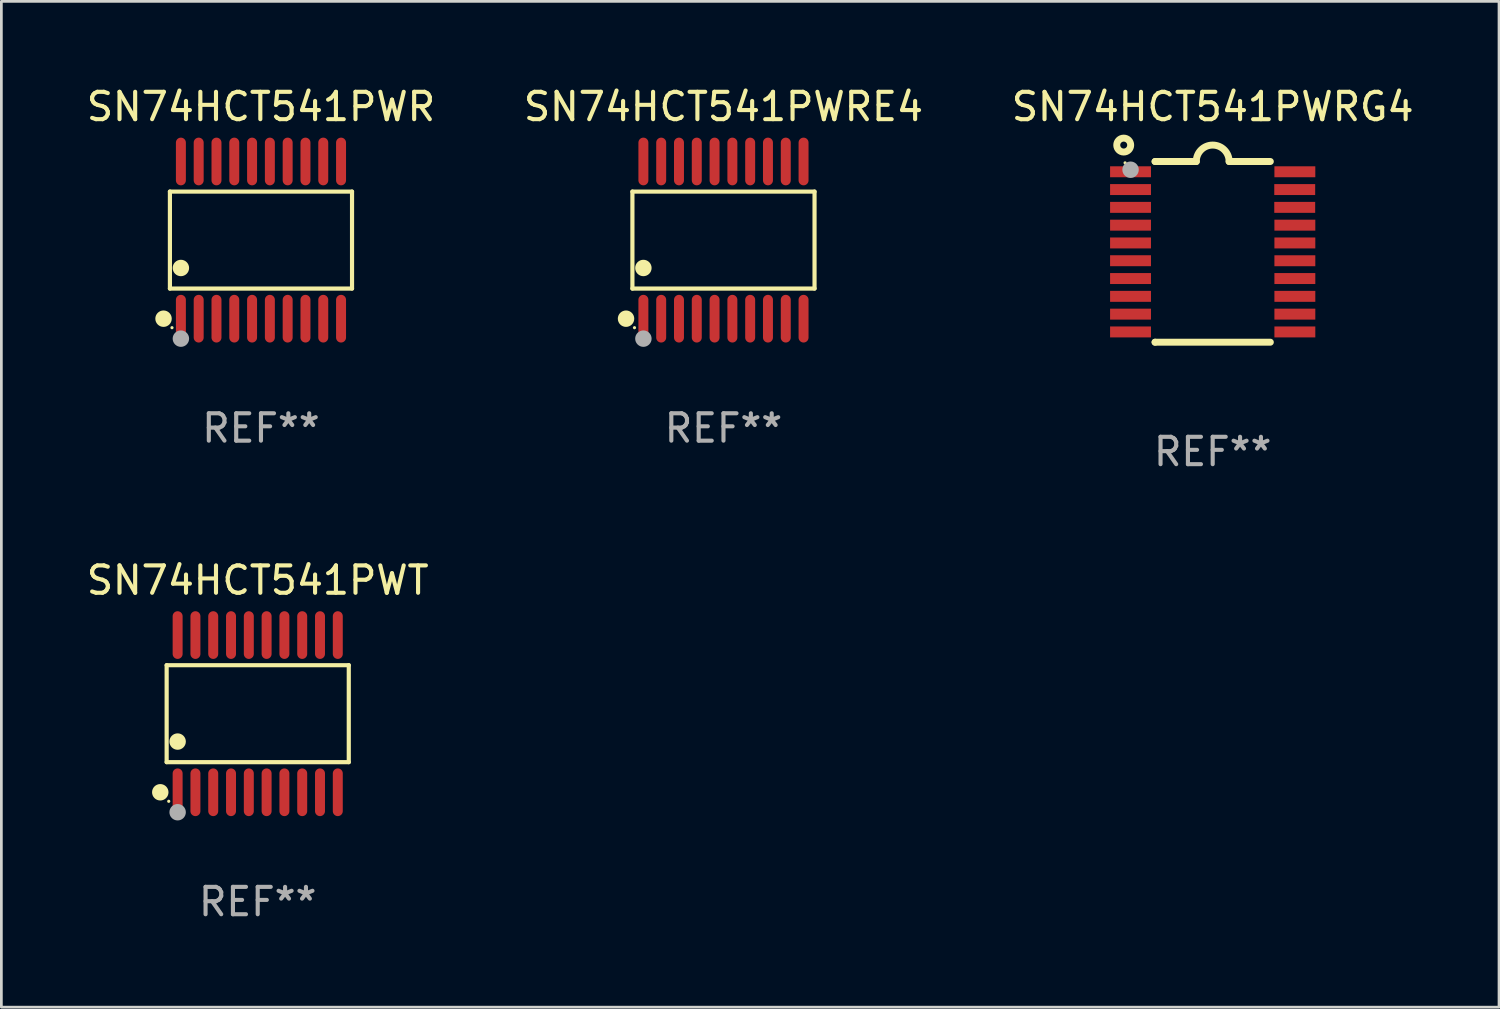
<source format=kicad_pcb>
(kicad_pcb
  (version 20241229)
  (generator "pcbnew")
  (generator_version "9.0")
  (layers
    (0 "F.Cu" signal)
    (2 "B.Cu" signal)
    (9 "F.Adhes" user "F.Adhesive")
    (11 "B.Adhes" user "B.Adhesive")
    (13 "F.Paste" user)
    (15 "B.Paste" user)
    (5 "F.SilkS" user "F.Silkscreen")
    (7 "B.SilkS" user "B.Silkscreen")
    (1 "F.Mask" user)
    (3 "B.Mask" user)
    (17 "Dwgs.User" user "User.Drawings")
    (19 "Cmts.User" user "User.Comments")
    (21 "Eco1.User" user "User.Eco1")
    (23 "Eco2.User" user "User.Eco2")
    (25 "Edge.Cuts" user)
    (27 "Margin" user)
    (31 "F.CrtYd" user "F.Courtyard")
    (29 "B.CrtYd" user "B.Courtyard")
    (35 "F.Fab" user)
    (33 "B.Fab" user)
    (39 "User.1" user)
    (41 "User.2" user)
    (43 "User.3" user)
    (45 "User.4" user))
  (footprint "SN74HCT541PWRG4"
    (layer "F.Cu")
    (at 41.244 6.149)
    (property "Reference" "SN74HCT541PWRG4" (at 0 -5.3 0) (layer "F.SilkS") (effects (font (size 1 1) (thickness 0.15))))
    (attr through_hole)
    (fp_line (start -2.105 -3.3) (end -2.105 -3.3) (stroke (width 0.254) (type solid)) (layer "F.SilkS"))
    (fp_line (start -2.105 -3.3) (end -0.6 -3.3) (stroke (width 0.254) (type solid)) (layer "F.SilkS"))
    (fp_line (start -2.105 3.3) (end -2.105 3.3) (stroke (width 0.254) (type solid)) (layer "F.SilkS"))
    (fp_line (start 0.6 -3.3) (end 2.105 -3.3) (stroke (width 0.254) (type solid)) (layer "F.SilkS"))
    (fp_line (start 2.105 3.3) (end -2.105 3.3) (stroke (width 0.254) (type solid)) (layer "F.SilkS"))
    (fp_arc (start -0.599924 -3.300026) (mid 0.000114 -3.897415) (end 0.600152 -3.300025) (stroke (width 0.254001) (type solid)) (layer "F.SilkS"))
    (fp_circle (center -3.25 -3.9) (end -2.996 -3.9) (stroke (width 0.254) (type solid)) (fill no) (layer "F.SilkS"))
    (fp_circle (center -3.2 -3.25) (end -3.17 -3.25) (stroke (width 0.06) (type solid)) (fill no) (layer "F.SilkS"))
    (fp_circle (center -3 -3) (end -2.85 -3) (stroke (width 0.3) (type solid)) (fill no) (layer "F.Fab"))
    (fp_text user "REF**" (at 0 7.3 0) (layer "F.Fab") (effects (font (size 1 1) (thickness 0.15))))
    (pad "1" smd rect (at -3.001 -2.925 270) (size 0.4 1.494) (layers "F.Cu" "F.Mask" "F.Paste"))
    (pad "2" smd rect (at -3.001 -2.275 270) (size 0.4 1.494) (layers "F.Cu" "F.Mask" "F.Paste"))
    (pad "3" smd rect (at -3.001 -1.625 270) (size 0.4 1.494) (layers "F.Cu" "F.Mask" "F.Paste"))
    (pad "4" smd rect (at -3.001 -0.975 270) (size 0.4 1.494) (layers "F.Cu" "F.Mask" "F.Paste"))
    (pad "5" smd rect (at -3.001 -0.325 270) (size 0.4 1.494) (layers "F.Cu" "F.Mask" "F.Paste"))
    (pad "6" smd rect (at -3.001 0.324 270) (size 0.4 1.494) (layers "F.Cu" "F.Mask" "F.Paste"))
    (pad "7" smd rect (at -3.001 0.975 270) (size 0.4 1.494) (layers "F.Cu" "F.Mask" "F.Paste"))
    (pad "8" smd rect (at -3.001 1.625 270) (size 0.4 1.494) (layers "F.Cu" "F.Mask" "F.Paste"))
    (pad "9" smd rect (at -3.001 2.275 270) (size 0.4 1.494) (layers "F.Cu" "F.Mask" "F.Paste"))
    (pad "10" smd rect (at -3.001 2.925 270) (size 0.4 1.494) (layers "F.Cu" "F.Mask" "F.Paste"))
    (pad "11" smd rect (at 3.001 2.925 270) (size 0.4 1.494) (layers "F.Cu" "F.Mask" "F.Paste"))
    (pad "12" smd rect (at 3.001 2.275 270) (size 0.4 1.494) (layers "F.Cu" "F.Mask" "F.Paste"))
    (pad "13" smd rect (at 3.001 1.625 270) (size 0.4 1.494) (layers "F.Cu" "F.Mask" "F.Paste"))
    (pad "14" smd rect (at 3.001 0.975 270) (size 0.4 1.494) (layers "F.Cu" "F.Mask" "F.Paste"))
    (pad "15" smd rect (at 3.001 0.325 270) (size 0.4 1.494) (layers "F.Cu" "F.Mask" "F.Paste"))
    (pad "16" smd rect (at 3.001 -0.325 270) (size 0.4 1.494) (layers "F.Cu" "F.Mask" "F.Paste"))
    (pad "17" smd rect (at 3.001 -0.975 270) (size 0.4 1.494) (layers "F.Cu" "F.Mask" "F.Paste"))
    (pad "18" smd rect (at 2.996 -1.625 270) (size 0.4 1.494) (layers "F.Cu" "F.Mask" "F.Paste"))
    (pad "19" smd rect (at 2.996 -2.275 270) (size 0.4 1.494) (layers "F.Cu" "F.Mask" "F.Paste"))
    (pad "20" smd rect (at 3.001 -2.925 270) (size 0.4 1.494) (layers "F.Cu" "F.Mask" "F.Paste")))
  (footprint "SN74HCT541PWRE4"
    (layer "F.Cu")
    (at 23.375 5.719)
    (property "Reference" "SN74HCT541PWRE4" (at 0 -4.871 0) (layer "F.SilkS") (effects (font (size 1 1) (thickness 0.15))))
    (attr through_hole)
    (fp_line (start -3.326 -1.771) (end 3.326 -1.771) (stroke (width 0.152) (type solid)) (layer "F.SilkS"))
    (fp_line (start -3.326 1.771) (end -3.326 -1.771) (stroke (width 0.152) (type solid)) (layer "F.SilkS"))
    (fp_line (start 3.326 -1.771) (end 3.326 1.771) (stroke (width 0.152) (type solid)) (layer "F.SilkS"))
    (fp_line (start 3.326 1.771) (end -3.326 1.771) (stroke (width 0.152) (type solid)) (layer "F.SilkS"))
    (fp_circle (center -3.559 2.871) (end -3.409 2.871) (stroke (width 0.3) (type solid)) (fill no) (layer "F.SilkS"))
    (fp_circle (center -3.25 3.2) (end -3.22 3.2) (stroke (width 0.06) (type solid)) (fill no) (layer "F.SilkS"))
    (fp_circle (center -2.925 1.019) (end -2.775 1.019) (stroke (width 0.3) (type solid)) (fill no) (layer "F.SilkS"))
    (fp_circle (center -2.925 3.6) (end -2.775 3.6) (stroke (width 0.3) (type solid)) (fill no) (layer "F.Fab"))
    (fp_text user "REF**" (at 0 6.871 0) (layer "F.Fab") (effects (font (size 1 1) (thickness 0.15))))
    (pad "1" smd oval (at -2.925 2.871) (size 0.364 1.742) (layers "F.Cu" "F.Mask" "F.Paste"))
    (pad "2" smd oval (at -2.275 2.871) (size 0.364 1.742) (layers "F.Cu" "F.Mask" "F.Paste"))
    (pad "3" smd oval (at -1.625 2.871) (size 0.364 1.742) (layers "F.Cu" "F.Mask" "F.Paste"))
    (pad "4" smd oval (at -0.975 2.871) (size 0.364 1.742) (layers "F.Cu" "F.Mask" "F.Paste"))
    (pad "5" smd oval (at -0.325 2.871) (size 0.364 1.742) (layers "F.Cu" "F.Mask" "F.Paste"))
    (pad "6" smd oval (at 0.325 2.871) (size 0.364 1.742) (layers "F.Cu" "F.Mask" "F.Paste"))
    (pad "7" smd oval (at 0.975 2.871) (size 0.364 1.742) (layers "F.Cu" "F.Mask" "F.Paste"))
    (pad "8" smd oval (at 1.625 2.871) (size 0.364 1.742) (layers "F.Cu" "F.Mask" "F.Paste"))
    (pad "9" smd oval (at 2.275 2.871) (size 0.364 1.742) (layers "F.Cu" "F.Mask" "F.Paste"))
    (pad "10" smd oval (at 2.925 2.871) (size 0.364 1.742) (layers "F.Cu" "F.Mask" "F.Paste"))
    (pad "11" smd oval (at 2.925 -2.871) (size 0.364 1.742) (layers "F.Cu" "F.Mask" "F.Paste"))
    (pad "12" smd oval (at 2.275 -2.871) (size 0.364 1.742) (layers "F.Cu" "F.Mask" "F.Paste"))
    (pad "13" smd oval (at 1.625 -2.871) (size 0.364 1.742) (layers "F.Cu" "F.Mask" "F.Paste"))
    (pad "14" smd oval (at 0.975 -2.871) (size 0.364 1.742) (layers "F.Cu" "F.Mask" "F.Paste"))
    (pad "15" smd oval (at 0.325 -2.871) (size 0.364 1.742) (layers "F.Cu" "F.Mask" "F.Paste"))
    (pad "16" smd oval (at -0.325 -2.871) (size 0.364 1.742) (layers "F.Cu" "F.Mask" "F.Paste"))
    (pad "17" smd oval (at -0.975 -2.871) (size 0.364 1.742) (layers "F.Cu" "F.Mask" "F.Paste"))
    (pad "18" smd oval (at -1.625 -2.871) (size 0.364 1.742) (layers "F.Cu" "F.Mask" "F.Paste"))
    (pad "19" smd oval (at -2.275 -2.871) (size 0.364 1.742) (layers "F.Cu" "F.Mask" "F.Paste"))
    (pad "20" smd oval (at -2.925 -2.871) (size 0.364 1.742) (layers "F.Cu" "F.Mask" "F.Paste")))
  (footprint "SN74HCT541PWT"
    (layer "F.Cu")
    (at 6.363 23.017)
    (property "Reference" "SN74HCT541PWT" (at 0 -4.871 0) (layer "F.SilkS") (effects (font (size 1 1) (thickness 0.15))))
    (attr through_hole)
    (fp_line (start -3.326 -1.771) (end 3.326 -1.771) (stroke (width 0.152) (type solid)) (layer "F.SilkS"))
    (fp_line (start -3.326 1.771) (end -3.326 -1.771) (stroke (width 0.152) (type solid)) (layer "F.SilkS"))
    (fp_line (start 3.326 -1.771) (end 3.326 1.771) (stroke (width 0.152) (type solid)) (layer "F.SilkS"))
    (fp_line (start 3.326 1.771) (end -3.326 1.771) (stroke (width 0.152) (type solid)) (layer "F.SilkS"))
    (fp_circle (center -3.559 2.871) (end -3.409 2.871) (stroke (width 0.3) (type solid)) (fill no) (layer "F.SilkS"))
    (fp_circle (center -3.25 3.2) (end -3.22 3.2) (stroke (width 0.06) (type solid)) (fill no) (layer "F.SilkS"))
    (fp_circle (center -2.925 1.019) (end -2.775 1.019) (stroke (width 0.3) (type solid)) (fill no) (layer "F.SilkS"))
    (fp_circle (center -2.925 3.6) (end -2.775 3.6) (stroke (width 0.3) (type solid)) (fill no) (layer "F.Fab"))
    (fp_text user "REF**" (at 0 6.871 0) (layer "F.Fab") (effects (font (size 1 1) (thickness 0.15))))
    (pad "1" smd oval (at -2.925 2.871) (size 0.364 1.742) (layers "F.Cu" "F.Mask" "F.Paste"))
    (pad "2" smd oval (at -2.275 2.871) (size 0.364 1.742) (layers "F.Cu" "F.Mask" "F.Paste"))
    (pad "3" smd oval (at -1.625 2.871) (size 0.364 1.742) (layers "F.Cu" "F.Mask" "F.Paste"))
    (pad "4" smd oval (at -0.975 2.871) (size 0.364 1.742) (layers "F.Cu" "F.Mask" "F.Paste"))
    (pad "5" smd oval (at -0.325 2.871) (size 0.364 1.742) (layers "F.Cu" "F.Mask" "F.Paste"))
    (pad "6" smd oval (at 0.325 2.871) (size 0.364 1.742) (layers "F.Cu" "F.Mask" "F.Paste"))
    (pad "7" smd oval (at 0.975 2.871) (size 0.364 1.742) (layers "F.Cu" "F.Mask" "F.Paste"))
    (pad "8" smd oval (at 1.625 2.871) (size 0.364 1.742) (layers "F.Cu" "F.Mask" "F.Paste"))
    (pad "9" smd oval (at 2.275 2.871) (size 0.364 1.742) (layers "F.Cu" "F.Mask" "F.Paste"))
    (pad "10" smd oval (at 2.925 2.871) (size 0.364 1.742) (layers "F.Cu" "F.Mask" "F.Paste"))
    (pad "11" smd oval (at 2.925 -2.871) (size 0.364 1.742) (layers "F.Cu" "F.Mask" "F.Paste"))
    (pad "12" smd oval (at 2.275 -2.871) (size 0.364 1.742) (layers "F.Cu" "F.Mask" "F.Paste"))
    (pad "13" smd oval (at 1.625 -2.871) (size 0.364 1.742) (layers "F.Cu" "F.Mask" "F.Paste"))
    (pad "14" smd oval (at 0.975 -2.871) (size 0.364 1.742) (layers "F.Cu" "F.Mask" "F.Paste"))
    (pad "15" smd oval (at 0.325 -2.871) (size 0.364 1.742) (layers "F.Cu" "F.Mask" "F.Paste"))
    (pad "16" smd oval (at -0.325 -2.871) (size 0.364 1.742) (layers "F.Cu" "F.Mask" "F.Paste"))
    (pad "17" smd oval (at -0.975 -2.871) (size 0.364 1.742) (layers "F.Cu" "F.Mask" "F.Paste"))
    (pad "18" smd oval (at -1.625 -2.871) (size 0.364 1.742) (layers "F.Cu" "F.Mask" "F.Paste"))
    (pad "19" smd oval (at -2.275 -2.871) (size 0.364 1.742) (layers "F.Cu" "F.Mask" "F.Paste"))
    (pad "20" smd oval (at -2.925 -2.871) (size 0.364 1.742) (layers "F.Cu" "F.Mask" "F.Paste")))
  (footprint "SN74HCT541PWR"
    (layer "F.Cu")
    (at 6.482 5.719)
    (property "Reference" "SN74HCT541PWR" (at 0 -4.871 0) (layer "F.SilkS") (effects (font (size 1 1) (thickness 0.15))))
    (attr through_hole)
    (fp_line (start -3.326 -1.771) (end 3.326 -1.771) (stroke (width 0.152) (type solid)) (layer "F.SilkS"))
    (fp_line (start -3.326 1.771) (end -3.326 -1.771) (stroke (width 0.152) (type solid)) (layer "F.SilkS"))
    (fp_line (start 3.326 -1.771) (end 3.326 1.771) (stroke (width 0.152) (type solid)) (layer "F.SilkS"))
    (fp_line (start 3.326 1.771) (end -3.326 1.771) (stroke (width 0.152) (type solid)) (layer "F.SilkS"))
    (fp_circle (center -3.559 2.871) (end -3.409 2.871) (stroke (width 0.3) (type solid)) (fill no) (layer "F.SilkS"))
    (fp_circle (center -3.25 3.2) (end -3.22 3.2) (stroke (width 0.06) (type solid)) (fill no) (layer "F.SilkS"))
    (fp_circle (center -2.925 1.019) (end -2.775 1.019) (stroke (width 0.3) (type solid)) (fill no) (layer "F.SilkS"))
    (fp_circle (center -2.925 3.6) (end -2.775 3.6) (stroke (width 0.3) (type solid)) (fill no) (layer "F.Fab"))
    (fp_text user "REF**" (at 0 6.871 0) (layer "F.Fab") (effects (font (size 1 1) (thickness 0.15))))
    (pad "1" smd oval (at -2.925 2.871) (size 0.364 1.742) (layers "F.Cu" "F.Mask" "F.Paste"))
    (pad "2" smd oval (at -2.275 2.871) (size 0.364 1.742) (layers "F.Cu" "F.Mask" "F.Paste"))
    (pad "3" smd oval (at -1.625 2.871) (size 0.364 1.742) (layers "F.Cu" "F.Mask" "F.Paste"))
    (pad "4" smd oval (at -0.975 2.871) (size 0.364 1.742) (layers "F.Cu" "F.Mask" "F.Paste"))
    (pad "5" smd oval (at -0.325 2.871) (size 0.364 1.742) (layers "F.Cu" "F.Mask" "F.Paste"))
    (pad "6" smd oval (at 0.325 2.871) (size 0.364 1.742) (layers "F.Cu" "F.Mask" "F.Paste"))
    (pad "7" smd oval (at 0.975 2.871) (size 0.364 1.742) (layers "F.Cu" "F.Mask" "F.Paste"))
    (pad "8" smd oval (at 1.625 2.871) (size 0.364 1.742) (layers "F.Cu" "F.Mask" "F.Paste"))
    (pad "9" smd oval (at 2.275 2.871) (size 0.364 1.742) (layers "F.Cu" "F.Mask" "F.Paste"))
    (pad "10" smd oval (at 2.925 2.871) (size 0.364 1.742) (layers "F.Cu" "F.Mask" "F.Paste"))
    (pad "11" smd oval (at 2.925 -2.871) (size 0.364 1.742) (layers "F.Cu" "F.Mask" "F.Paste"))
    (pad "12" smd oval (at 2.275 -2.871) (size 0.364 1.742) (layers "F.Cu" "F.Mask" "F.Paste"))
    (pad "13" smd oval (at 1.625 -2.871) (size 0.364 1.742) (layers "F.Cu" "F.Mask" "F.Paste"))
    (pad "14" smd oval (at 0.975 -2.871) (size 0.364 1.742) (layers "F.Cu" "F.Mask" "F.Paste"))
    (pad "15" smd oval (at 0.325 -2.871) (size 0.364 1.742) (layers "F.Cu" "F.Mask" "F.Paste"))
    (pad "16" smd oval (at -0.325 -2.871) (size 0.364 1.742) (layers "F.Cu" "F.Mask" "F.Paste"))
    (pad "17" smd oval (at -0.975 -2.871) (size 0.364 1.742) (layers "F.Cu" "F.Mask" "F.Paste"))
    (pad "18" smd oval (at -1.625 -2.871) (size 0.364 1.742) (layers "F.Cu" "F.Mask" "F.Paste"))
    (pad "19" smd oval (at -2.275 -2.871) (size 0.364 1.742) (layers "F.Cu" "F.Mask" "F.Paste"))
    (pad "20" smd oval (at -2.925 -2.871) (size 0.364 1.742) (layers "F.Cu" "F.Mask" "F.Paste")))
  (gr_rect
    (start -3 -3)
    (end 51.702 33.736)
    (stroke (width 0.1) (type default))
    (fill no)
    (layer "Edge.Cuts")))
</source>
